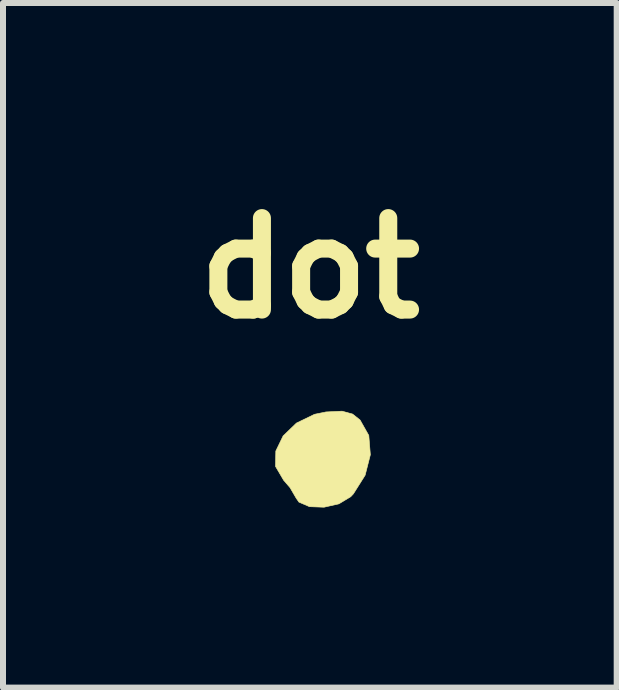
<source format=kicad_pcb>
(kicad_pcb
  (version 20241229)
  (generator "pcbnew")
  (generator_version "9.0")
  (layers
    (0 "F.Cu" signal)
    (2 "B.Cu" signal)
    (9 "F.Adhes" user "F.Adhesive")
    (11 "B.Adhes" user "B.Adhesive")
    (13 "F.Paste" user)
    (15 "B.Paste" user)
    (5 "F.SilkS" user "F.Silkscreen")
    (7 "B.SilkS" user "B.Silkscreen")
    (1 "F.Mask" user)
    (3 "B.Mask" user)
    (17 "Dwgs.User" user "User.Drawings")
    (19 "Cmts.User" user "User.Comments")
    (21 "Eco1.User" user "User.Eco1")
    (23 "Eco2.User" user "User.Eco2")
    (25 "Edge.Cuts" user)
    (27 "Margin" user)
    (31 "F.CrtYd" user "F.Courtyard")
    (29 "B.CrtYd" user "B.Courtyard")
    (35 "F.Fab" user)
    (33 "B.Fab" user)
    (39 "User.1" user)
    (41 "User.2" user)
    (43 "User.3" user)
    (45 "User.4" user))
  (footprint "dot"
    (layer "F.Cu")
    (at 2.112 1.418)
    (property "Reference" "dot" (at 0 0 0) (layer "F.SilkS") (effects (font (size 1.524 1.524) (thickness 0.3))))
    (attr through_hole)
    (fp_poly (pts (xy 0.712 2.43) (xy 0.837 2.53) (xy 0.982 2.786) (xy 1.008 3.108) (xy 0.921 3.449) (xy 0.726 3.759) (xy 0.681 3.807) (xy 0.484 3.926) (xy 0.236 3.982) (xy -0.006 3.973) (xy -0.182 3.897) (xy -0.228 3.831) (xy -0.33 3.656) (xy -0.437 3.532) (xy -0.572 3.302) (xy -0.567 3.046) (xy -0.445 2.794) (xy -0.223 2.58) (xy 0.078 2.434) (xy 0.268 2.395) (xy 0.537 2.382) (xy 0.712 2.43)) (stroke (width 0.01) (type solid)) (fill yes) (layer "F.SilkS")))
  (gr_rect
    (start -3 -3)
    (end 7.224 8.405)
    (stroke (width 0.1) (type default))
    (fill no)
    (layer "Edge.Cuts")))
</source>
